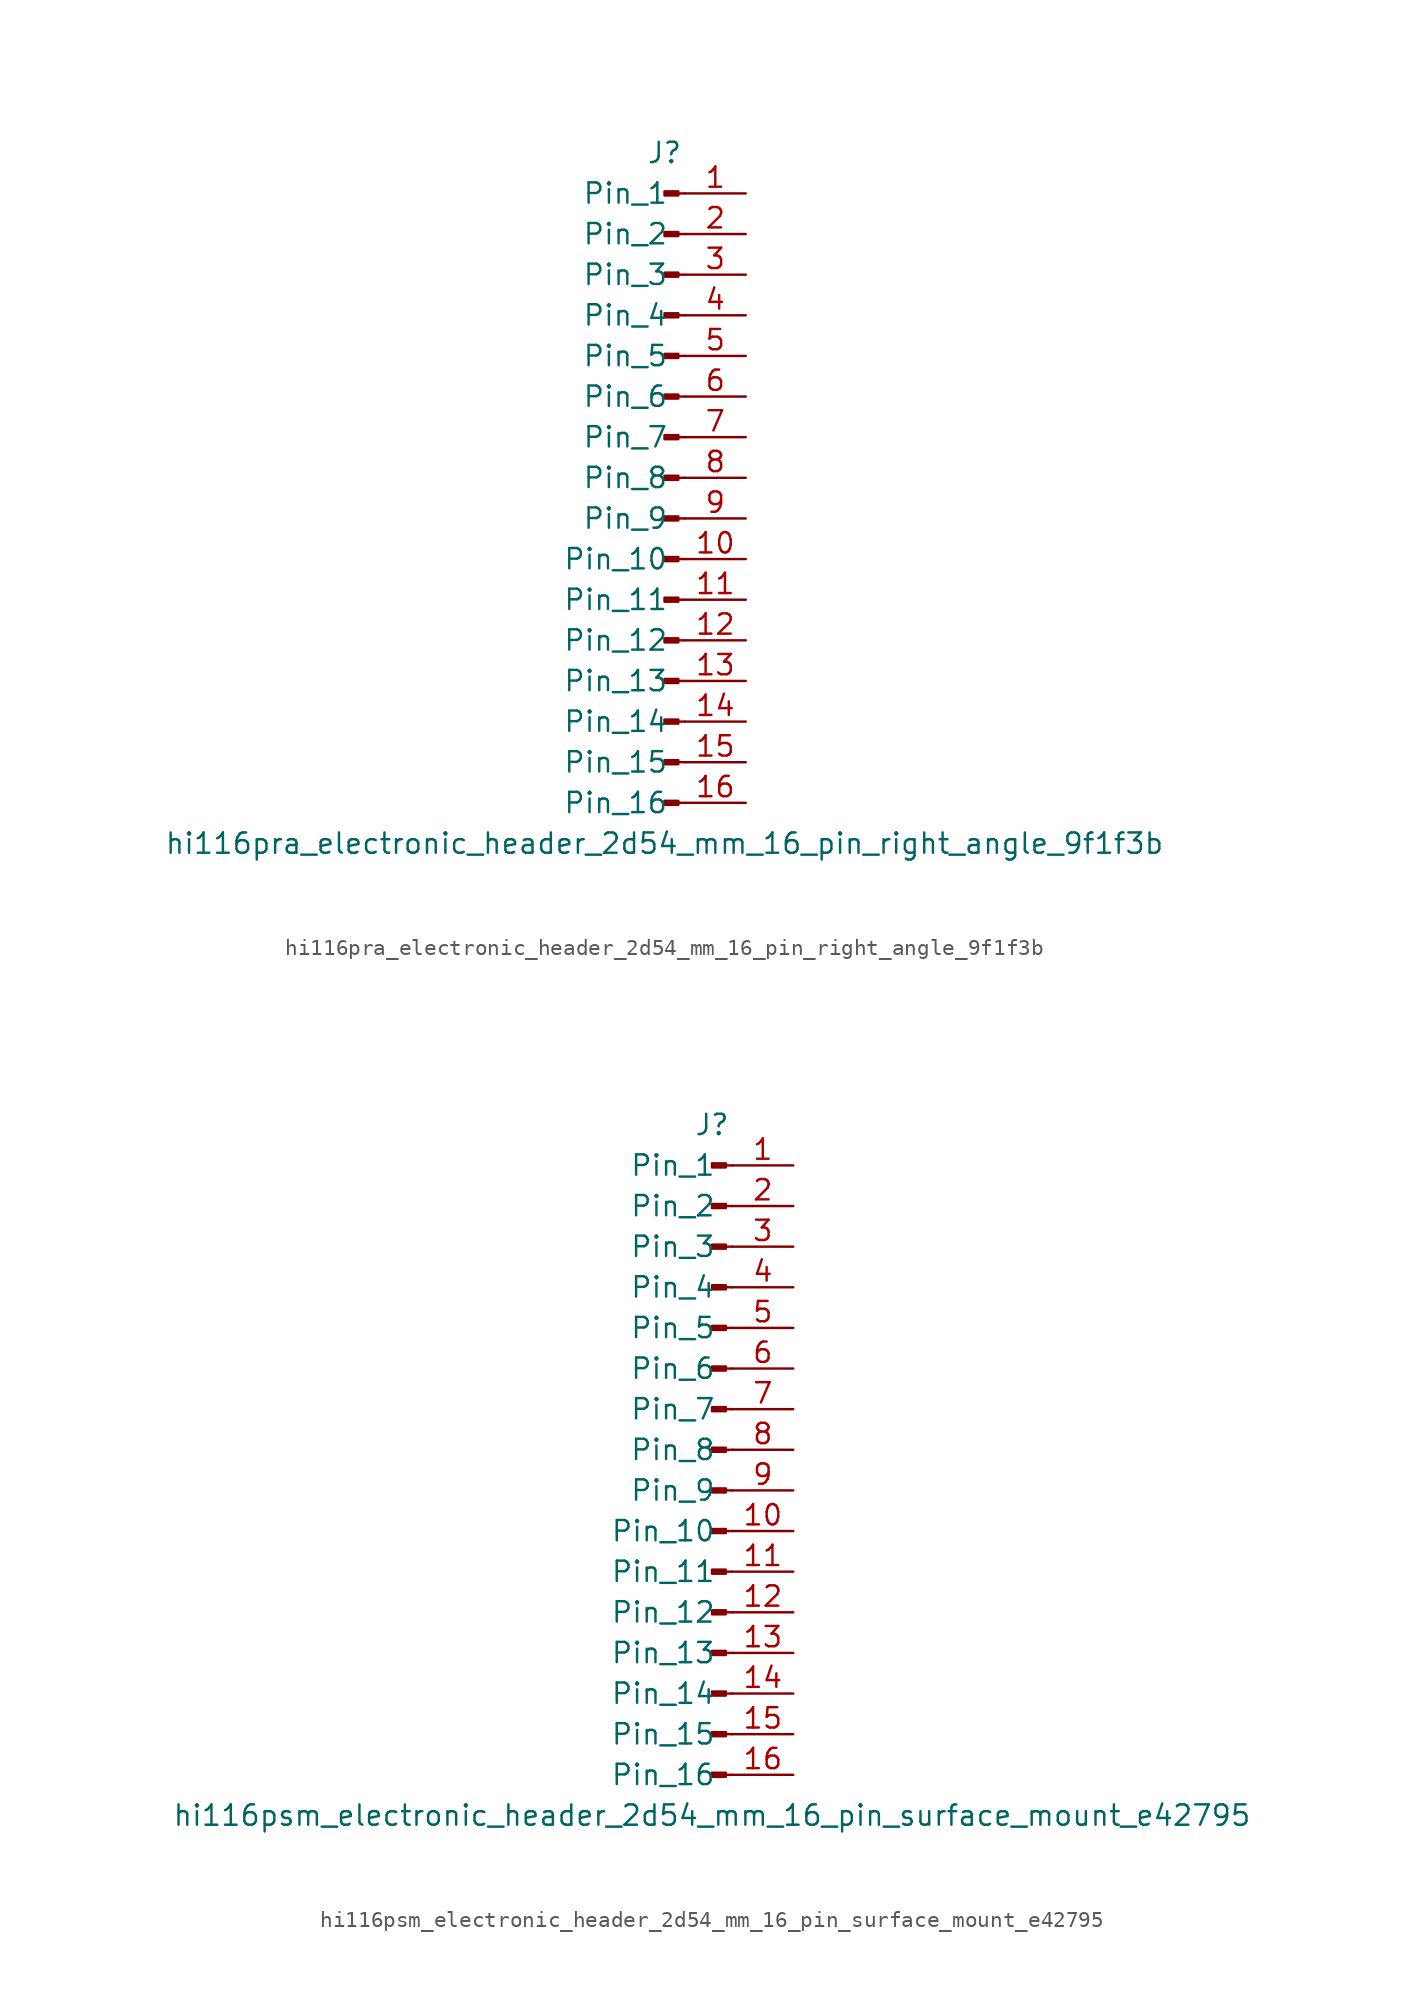
<source format=kicad_sym>
(kicad_symbol_lib
  (version 20220914)
  (generator kicad_symbol_editor)
  (symbol "hi116pra_electronic_header_2d54_mm_16_pin_right_angle_9f1f3b"
    (pin_names
      (offset 1.016))
    (property "Reference" "J"
      (at 0 20.32 0)
      (effects (font (size 1.27 1.27))))
    (property "Value" "hi116pra_electronic_header_2d54_mm_16_pin_right_angle_9f1f3b"
      (at 0 -22.86 0)
      (effects (font (size 1.27 1.27))))
    (property "ki_locked" ""
      (at 0 0 0)
      (effects (font (size 1.27 1.27))))
    (symbol "hi116pra_electronic_header_2d54_mm_16_pin_right_angle_9f1f3b_1_1"
      (polyline (pts (xy 1.27 -20.32) (xy 0.864 -20.32)) (stroke (width 0.152) (type default)) (fill (type none)))
      (polyline (pts (xy 1.27 -17.78) (xy 0.864 -17.78)) (stroke (width 0.152) (type default)) (fill (type none)))
      (polyline (pts (xy 1.27 -15.24) (xy 0.864 -15.24)) (stroke (width 0.152) (type default)) (fill (type none)))
      (polyline (pts (xy 1.27 -12.7) (xy 0.864 -12.7)) (stroke (width 0.152) (type default)) (fill (type none)))
      (polyline (pts (xy 1.27 -10.16) (xy 0.864 -10.16)) (stroke (width 0.152) (type default)) (fill (type none)))
      (polyline (pts (xy 1.27 -7.62) (xy 0.864 -7.62)) (stroke (width 0.152) (type default)) (fill (type none)))
      (polyline (pts (xy 1.27 -5.08) (xy 0.864 -5.08)) (stroke (width 0.152) (type default)) (fill (type none)))
      (polyline (pts (xy 1.27 -2.54) (xy 0.864 -2.54)) (stroke (width 0.152) (type default)) (fill (type none)))
      (polyline (pts (xy 1.27 0) (xy 0.864 0)) (stroke (width 0.152) (type default)) (fill (type none)))
      (polyline (pts (xy 1.27 2.54) (xy 0.864 2.54)) (stroke (width 0.152) (type default)) (fill (type none)))
      (polyline (pts (xy 1.27 5.08) (xy 0.864 5.08)) (stroke (width 0.152) (type default)) (fill (type none)))
      (polyline (pts (xy 1.27 7.62) (xy 0.864 7.62)) (stroke (width 0.152) (type default)) (fill (type none)))
      (polyline (pts (xy 1.27 10.16) (xy 0.864 10.16)) (stroke (width 0.152) (type default)) (fill (type none)))
      (polyline (pts (xy 1.27 12.7) (xy 0.864 12.7)) (stroke (width 0.152) (type default)) (fill (type none)))
      (polyline (pts (xy 1.27 15.24) (xy 0.864 15.24)) (stroke (width 0.152) (type default)) (fill (type none)))
      (polyline (pts (xy 1.27 17.78) (xy 0.864 17.78)) (stroke (width 0.152) (type default)) (fill (type none)))
      (rectangle (start 0.864 -20.193) (end 0 -20.447) (stroke (width 0.152) (type default)) (fill (type outline)))
      (rectangle (start 0.864 -17.653) (end 0 -17.907) (stroke (width 0.152) (type default)) (fill (type outline)))
      (rectangle (start 0.864 -15.113) (end 0 -15.367) (stroke (width 0.152) (type default)) (fill (type outline)))
      (rectangle (start 0.864 -12.573) (end 0 -12.827) (stroke (width 0.152) (type default)) (fill (type outline)))
      (rectangle (start 0.864 -10.033) (end 0 -10.287) (stroke (width 0.152) (type default)) (fill (type outline)))
      (rectangle (start 0.864 -7.493) (end 0 -7.747) (stroke (width 0.152) (type default)) (fill (type outline)))
      (rectangle (start 0.864 -4.953) (end 0 -5.207) (stroke (width 0.152) (type default)) (fill (type outline)))
      (rectangle (start 0.864 -2.413) (end 0 -2.667) (stroke (width 0.152) (type default)) (fill (type outline)))
      (rectangle (start 0.864 0.127) (end 0 -0.127) (stroke (width 0.152) (type default)) (fill (type outline)))
      (rectangle (start 0.864 2.667) (end 0 2.413) (stroke (width 0.152) (type default)) (fill (type outline)))
      (rectangle (start 0.864 5.207) (end 0 4.953) (stroke (width 0.152) (type default)) (fill (type outline)))
      (rectangle (start 0.864 7.747) (end 0 7.493) (stroke (width 0.152) (type default)) (fill (type outline)))
      (rectangle (start 0.864 10.287) (end 0 10.033) (stroke (width 0.152) (type default)) (fill (type outline)))
      (rectangle (start 0.864 12.827) (end 0 12.573) (stroke (width 0.152) (type default)) (fill (type outline)))
      (rectangle (start 0.864 15.367) (end 0 15.113) (stroke (width 0.152) (type default)) (fill (type outline)))
      (rectangle (start 0.864 17.907) (end 0 17.653) (stroke (width 0.152) (type default)) (fill (type outline)))
      (pin passive line (at 5.08 17.78 180) (length 3.81) (name "Pin_1" (effects (font (size 1.27 1.27)))) (number "1" (effects (font (size 1.27 1.27)))))
      (pin passive line (at 5.08 -5.08 180) (length 3.81) (name "Pin_10" (effects (font (size 1.27 1.27)))) (number "10" (effects (font (size 1.27 1.27)))))
      (pin passive line (at 5.08 -7.62 180) (length 3.81) (name "Pin_11" (effects (font (size 1.27 1.27)))) (number "11" (effects (font (size 1.27 1.27)))))
      (pin passive line (at 5.08 -10.16 180) (length 3.81) (name "Pin_12" (effects (font (size 1.27 1.27)))) (number "12" (effects (font (size 1.27 1.27)))))
      (pin passive line (at 5.08 -12.7 180) (length 3.81) (name "Pin_13" (effects (font (size 1.27 1.27)))) (number "13" (effects (font (size 1.27 1.27)))))
      (pin passive line (at 5.08 -15.24 180) (length 3.81) (name "Pin_14" (effects (font (size 1.27 1.27)))) (number "14" (effects (font (size 1.27 1.27)))))
      (pin passive line (at 5.08 -17.78 180) (length 3.81) (name "Pin_15" (effects (font (size 1.27 1.27)))) (number "15" (effects (font (size 1.27 1.27)))))
      (pin passive line (at 5.08 -20.32 180) (length 3.81) (name "Pin_16" (effects (font (size 1.27 1.27)))) (number "16" (effects (font (size 1.27 1.27)))))
      (pin passive line (at 5.08 15.24 180) (length 3.81) (name "Pin_2" (effects (font (size 1.27 1.27)))) (number "2" (effects (font (size 1.27 1.27)))))
      (pin passive line (at 5.08 12.7 180) (length 3.81) (name "Pin_3" (effects (font (size 1.27 1.27)))) (number "3" (effects (font (size 1.27 1.27)))))
      (pin passive line (at 5.08 10.16 180) (length 3.81) (name "Pin_4" (effects (font (size 1.27 1.27)))) (number "4" (effects (font (size 1.27 1.27)))))
      (pin passive line (at 5.08 7.62 180) (length 3.81) (name "Pin_5" (effects (font (size 1.27 1.27)))) (number "5" (effects (font (size 1.27 1.27)))))
      (pin passive line (at 5.08 5.08 180) (length 3.81) (name "Pin_6" (effects (font (size 1.27 1.27)))) (number "6" (effects (font (size 1.27 1.27)))))
      (pin passive line (at 5.08 2.54 180) (length 3.81) (name "Pin_7" (effects (font (size 1.27 1.27)))) (number "7" (effects (font (size 1.27 1.27)))))
      (pin passive line (at 5.08 0 180) (length 3.81) (name "Pin_8" (effects (font (size 1.27 1.27)))) (number "8" (effects (font (size 1.27 1.27)))))
      (pin passive line (at 5.08 -2.54 180) (length 3.81) (name "Pin_9" (effects (font (size 1.27 1.27)))) (number "9" (effects (font (size 1.27 1.27)))))))
  (symbol "hi116psm_electronic_header_2d54_mm_16_pin_surface_mount_e42795"
    (pin_names
      (offset 1.016))
    (property "Reference" "J"
      (at 0 20.32 0)
      (effects (font (size 1.27 1.27))))
    (property "Value" "hi116psm_electronic_header_2d54_mm_16_pin_surface_mount_e42795"
      (at 0 -22.86 0)
      (effects (font (size 1.27 1.27))))
    (property "ki_locked" ""
      (at 0 0 0)
      (effects (font (size 1.27 1.27))))
    (symbol "hi116psm_electronic_header_2d54_mm_16_pin_surface_mount_e42795_1_1"
      (polyline (pts (xy 1.27 -20.32) (xy 0.864 -20.32)) (stroke (width 0.152) (type default)) (fill (type none)))
      (polyline (pts (xy 1.27 -17.78) (xy 0.864 -17.78)) (stroke (width 0.152) (type default)) (fill (type none)))
      (polyline (pts (xy 1.27 -15.24) (xy 0.864 -15.24)) (stroke (width 0.152) (type default)) (fill (type none)))
      (polyline (pts (xy 1.27 -12.7) (xy 0.864 -12.7)) (stroke (width 0.152) (type default)) (fill (type none)))
      (polyline (pts (xy 1.27 -10.16) (xy 0.864 -10.16)) (stroke (width 0.152) (type default)) (fill (type none)))
      (polyline (pts (xy 1.27 -7.62) (xy 0.864 -7.62)) (stroke (width 0.152) (type default)) (fill (type none)))
      (polyline (pts (xy 1.27 -5.08) (xy 0.864 -5.08)) (stroke (width 0.152) (type default)) (fill (type none)))
      (polyline (pts (xy 1.27 -2.54) (xy 0.864 -2.54)) (stroke (width 0.152) (type default)) (fill (type none)))
      (polyline (pts (xy 1.27 0) (xy 0.864 0)) (stroke (width 0.152) (type default)) (fill (type none)))
      (polyline (pts (xy 1.27 2.54) (xy 0.864 2.54)) (stroke (width 0.152) (type default)) (fill (type none)))
      (polyline (pts (xy 1.27 5.08) (xy 0.864 5.08)) (stroke (width 0.152) (type default)) (fill (type none)))
      (polyline (pts (xy 1.27 7.62) (xy 0.864 7.62)) (stroke (width 0.152) (type default)) (fill (type none)))
      (polyline (pts (xy 1.27 10.16) (xy 0.864 10.16)) (stroke (width 0.152) (type default)) (fill (type none)))
      (polyline (pts (xy 1.27 12.7) (xy 0.864 12.7)) (stroke (width 0.152) (type default)) (fill (type none)))
      (polyline (pts (xy 1.27 15.24) (xy 0.864 15.24)) (stroke (width 0.152) (type default)) (fill (type none)))
      (polyline (pts (xy 1.27 17.78) (xy 0.864 17.78)) (stroke (width 0.152) (type default)) (fill (type none)))
      (rectangle (start 0.864 -20.193) (end 0 -20.447) (stroke (width 0.152) (type default)) (fill (type outline)))
      (rectangle (start 0.864 -17.653) (end 0 -17.907) (stroke (width 0.152) (type default)) (fill (type outline)))
      (rectangle (start 0.864 -15.113) (end 0 -15.367) (stroke (width 0.152) (type default)) (fill (type outline)))
      (rectangle (start 0.864 -12.573) (end 0 -12.827) (stroke (width 0.152) (type default)) (fill (type outline)))
      (rectangle (start 0.864 -10.033) (end 0 -10.287) (stroke (width 0.152) (type default)) (fill (type outline)))
      (rectangle (start 0.864 -7.493) (end 0 -7.747) (stroke (width 0.152) (type default)) (fill (type outline)))
      (rectangle (start 0.864 -4.953) (end 0 -5.207) (stroke (width 0.152) (type default)) (fill (type outline)))
      (rectangle (start 0.864 -2.413) (end 0 -2.667) (stroke (width 0.152) (type default)) (fill (type outline)))
      (rectangle (start 0.864 0.127) (end 0 -0.127) (stroke (width 0.152) (type default)) (fill (type outline)))
      (rectangle (start 0.864 2.667) (end 0 2.413) (stroke (width 0.152) (type default)) (fill (type outline)))
      (rectangle (start 0.864 5.207) (end 0 4.953) (stroke (width 0.152) (type default)) (fill (type outline)))
      (rectangle (start 0.864 7.747) (end 0 7.493) (stroke (width 0.152) (type default)) (fill (type outline)))
      (rectangle (start 0.864 10.287) (end 0 10.033) (stroke (width 0.152) (type default)) (fill (type outline)))
      (rectangle (start 0.864 12.827) (end 0 12.573) (stroke (width 0.152) (type default)) (fill (type outline)))
      (rectangle (start 0.864 15.367) (end 0 15.113) (stroke (width 0.152) (type default)) (fill (type outline)))
      (rectangle (start 0.864 17.907) (end 0 17.653) (stroke (width 0.152) (type default)) (fill (type outline)))
      (pin passive line (at 5.08 17.78 180) (length 3.81) (name "Pin_1" (effects (font (size 1.27 1.27)))) (number "1" (effects (font (size 1.27 1.27)))))
      (pin passive line (at 5.08 -5.08 180) (length 3.81) (name "Pin_10" (effects (font (size 1.27 1.27)))) (number "10" (effects (font (size 1.27 1.27)))))
      (pin passive line (at 5.08 -7.62 180) (length 3.81) (name "Pin_11" (effects (font (size 1.27 1.27)))) (number "11" (effects (font (size 1.27 1.27)))))
      (pin passive line (at 5.08 -10.16 180) (length 3.81) (name "Pin_12" (effects (font (size 1.27 1.27)))) (number "12" (effects (font (size 1.27 1.27)))))
      (pin passive line (at 5.08 -12.7 180) (length 3.81) (name "Pin_13" (effects (font (size 1.27 1.27)))) (number "13" (effects (font (size 1.27 1.27)))))
      (pin passive line (at 5.08 -15.24 180) (length 3.81) (name "Pin_14" (effects (font (size 1.27 1.27)))) (number "14" (effects (font (size 1.27 1.27)))))
      (pin passive line (at 5.08 -17.78 180) (length 3.81) (name "Pin_15" (effects (font (size 1.27 1.27)))) (number "15" (effects (font (size 1.27 1.27)))))
      (pin passive line (at 5.08 -20.32 180) (length 3.81) (name "Pin_16" (effects (font (size 1.27 1.27)))) (number "16" (effects (font (size 1.27 1.27)))))
      (pin passive line (at 5.08 15.24 180) (length 3.81) (name "Pin_2" (effects (font (size 1.27 1.27)))) (number "2" (effects (font (size 1.27 1.27)))))
      (pin passive line (at 5.08 12.7 180) (length 3.81) (name "Pin_3" (effects (font (size 1.27 1.27)))) (number "3" (effects (font (size 1.27 1.27)))))
      (pin passive line (at 5.08 10.16 180) (length 3.81) (name "Pin_4" (effects (font (size 1.27 1.27)))) (number "4" (effects (font (size 1.27 1.27)))))
      (pin passive line (at 5.08 7.62 180) (length 3.81) (name "Pin_5" (effects (font (size 1.27 1.27)))) (number "5" (effects (font (size 1.27 1.27)))))
      (pin passive line (at 5.08 5.08 180) (length 3.81) (name "Pin_6" (effects (font (size 1.27 1.27)))) (number "6" (effects (font (size 1.27 1.27)))))
      (pin passive line (at 5.08 2.54 180) (length 3.81) (name "Pin_7" (effects (font (size 1.27 1.27)))) (number "7" (effects (font (size 1.27 1.27)))))
      (pin passive line (at 5.08 0 180) (length 3.81) (name "Pin_8" (effects (font (size 1.27 1.27)))) (number "8" (effects (font (size 1.27 1.27)))))
      (pin passive line (at 5.08 -2.54 180) (length 3.81) (name "Pin_9" (effects (font (size 1.27 1.27)))) (number "9" (effects (font (size 1.27 1.27))))))))
</source>
